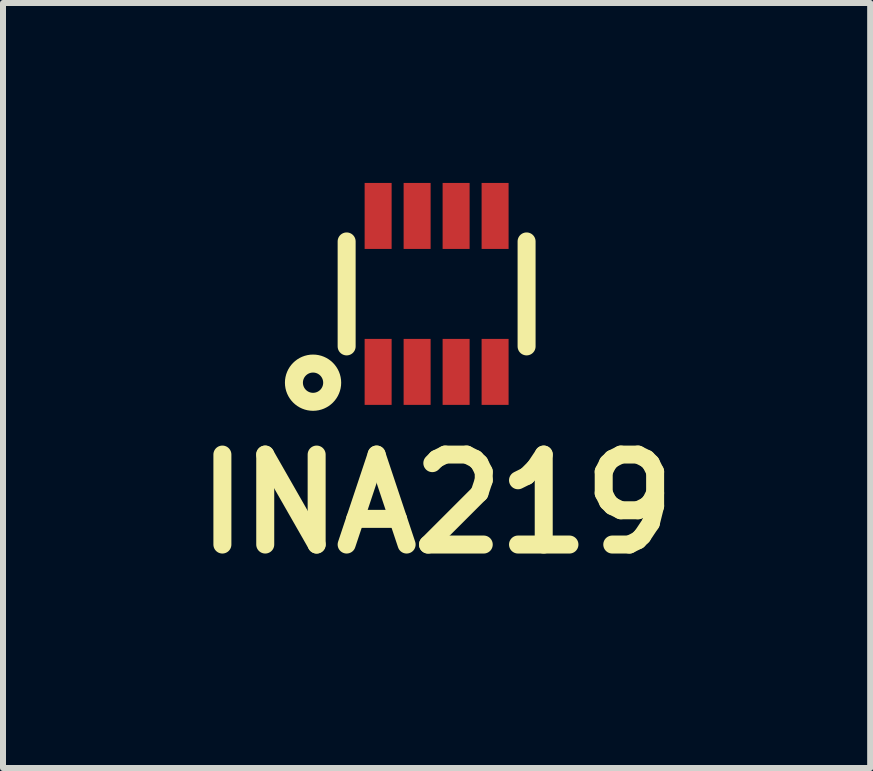
<source format=kicad_pcb>
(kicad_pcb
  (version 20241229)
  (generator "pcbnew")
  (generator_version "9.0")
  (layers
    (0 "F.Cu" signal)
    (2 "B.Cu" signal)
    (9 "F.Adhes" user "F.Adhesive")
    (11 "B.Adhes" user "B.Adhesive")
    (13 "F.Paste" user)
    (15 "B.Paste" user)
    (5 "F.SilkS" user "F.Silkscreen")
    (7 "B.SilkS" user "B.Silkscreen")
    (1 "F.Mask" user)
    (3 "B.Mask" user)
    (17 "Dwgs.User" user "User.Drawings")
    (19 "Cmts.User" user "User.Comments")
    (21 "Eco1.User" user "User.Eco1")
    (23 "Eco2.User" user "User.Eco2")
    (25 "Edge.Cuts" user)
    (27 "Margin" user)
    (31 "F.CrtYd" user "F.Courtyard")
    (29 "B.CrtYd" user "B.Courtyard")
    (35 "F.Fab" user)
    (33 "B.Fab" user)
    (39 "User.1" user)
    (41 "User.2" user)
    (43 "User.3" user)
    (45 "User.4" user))
  (footprint "INA219"
    (layer "F.Cu")
    (at 4.229 1.85)
    (property "Reference" "INA219" (at 0 3.5 0) (layer "F.SilkS") (effects (font (size 1.5 1.5) (thickness 0.3))))
    (attr through_hole)
    (fp_line (start -1.5 -0.875) (end -1.5 0.875) (stroke (width 0.3) (type solid)) (layer "F.SilkS"))
    (fp_line (start 1.5 -0.875) (end 1.5 0.875) (stroke (width 0.3) (type solid)) (layer "F.SilkS"))
    (fp_circle (center -2.06 1.48) (end -1.85 1.72) (stroke (width 0.3) (type solid)) (fill no) (layer "F.SilkS"))
    (pad "1" smd rect (at -0.975 1.3) (size 0.45 1.1) (layers "F.Cu" "F.Mask" "F.Paste"))
    (pad "2" smd rect (at -0.325 1.3) (size 0.45 1.1) (layers "F.Cu" "F.Mask" "F.Paste"))
    (pad "3" smd rect (at 0.325 1.3) (size 0.45 1.1) (layers "F.Cu" "F.Mask" "F.Paste"))
    (pad "4" smd rect (at 0.975 1.3) (size 0.45 1.1) (layers "F.Cu" "F.Mask" "F.Paste"))
    (pad "5" smd rect (at 0.975 -1.3) (size 0.45 1.1) (layers "F.Cu" "F.Mask" "F.Paste"))
    (pad "6" smd rect (at 0.325 -1.3) (size 0.45 1.1) (layers "F.Cu" "F.Mask" "F.Paste"))
    (pad "7" smd rect (at -0.325 -1.3) (size 0.45 1.1) (layers "F.Cu" "F.Mask" "F.Paste"))
    (pad "8" smd rect (at -0.975 -1.3) (size 0.45 1.1) (layers "F.Cu" "F.Mask" "F.Paste")))
  (gr_rect
    (start -3 -3)
    (end 11.457 9.754)
    (stroke (width 0.1) (type default))
    (fill no)
    (layer "Edge.Cuts")))
</source>
